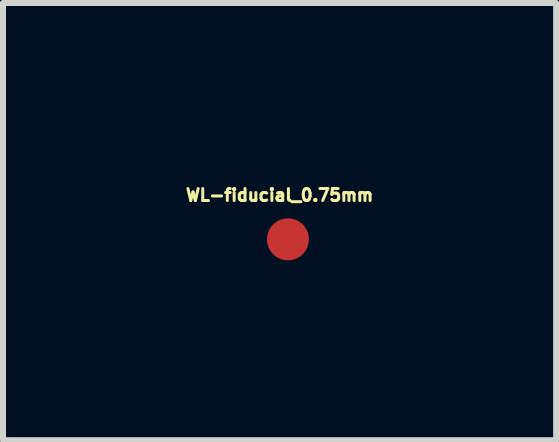
<source format=kicad_pcb>
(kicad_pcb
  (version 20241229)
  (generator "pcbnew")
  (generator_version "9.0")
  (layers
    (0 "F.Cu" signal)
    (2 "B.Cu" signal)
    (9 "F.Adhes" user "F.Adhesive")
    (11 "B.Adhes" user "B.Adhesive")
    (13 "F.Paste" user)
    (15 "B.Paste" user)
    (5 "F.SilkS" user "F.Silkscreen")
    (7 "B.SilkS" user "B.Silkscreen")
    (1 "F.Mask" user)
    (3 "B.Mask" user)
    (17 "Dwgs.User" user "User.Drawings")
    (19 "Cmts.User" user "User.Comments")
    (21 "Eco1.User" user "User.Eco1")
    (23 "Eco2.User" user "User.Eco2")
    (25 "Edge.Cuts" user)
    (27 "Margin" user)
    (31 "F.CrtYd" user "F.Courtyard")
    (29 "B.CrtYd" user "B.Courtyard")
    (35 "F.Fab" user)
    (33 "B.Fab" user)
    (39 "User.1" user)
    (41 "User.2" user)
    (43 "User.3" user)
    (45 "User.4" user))
  (footprint "WL-fiducial_0.75mm"
    (layer "F.Cu")
    (at 1.752 0.941)
    (property "Reference" "WL-fiducial_0.75mm" (at -0.14 -0.737 0) (layer "F.SilkS") (effects (font (size 0.2 0.2) (thickness 0.05))))
    (attr smd)
    (pad "" smd circle (at 0 0) (size 0.7 0.7) (layers "F.Cu" "F.Mask")))
  (gr_rect
    (start -3 -3)
    (end 6.224 4.291)
    (stroke (width 0.1) (type default))
    (fill no)
    (layer "Edge.Cuts")))
</source>
